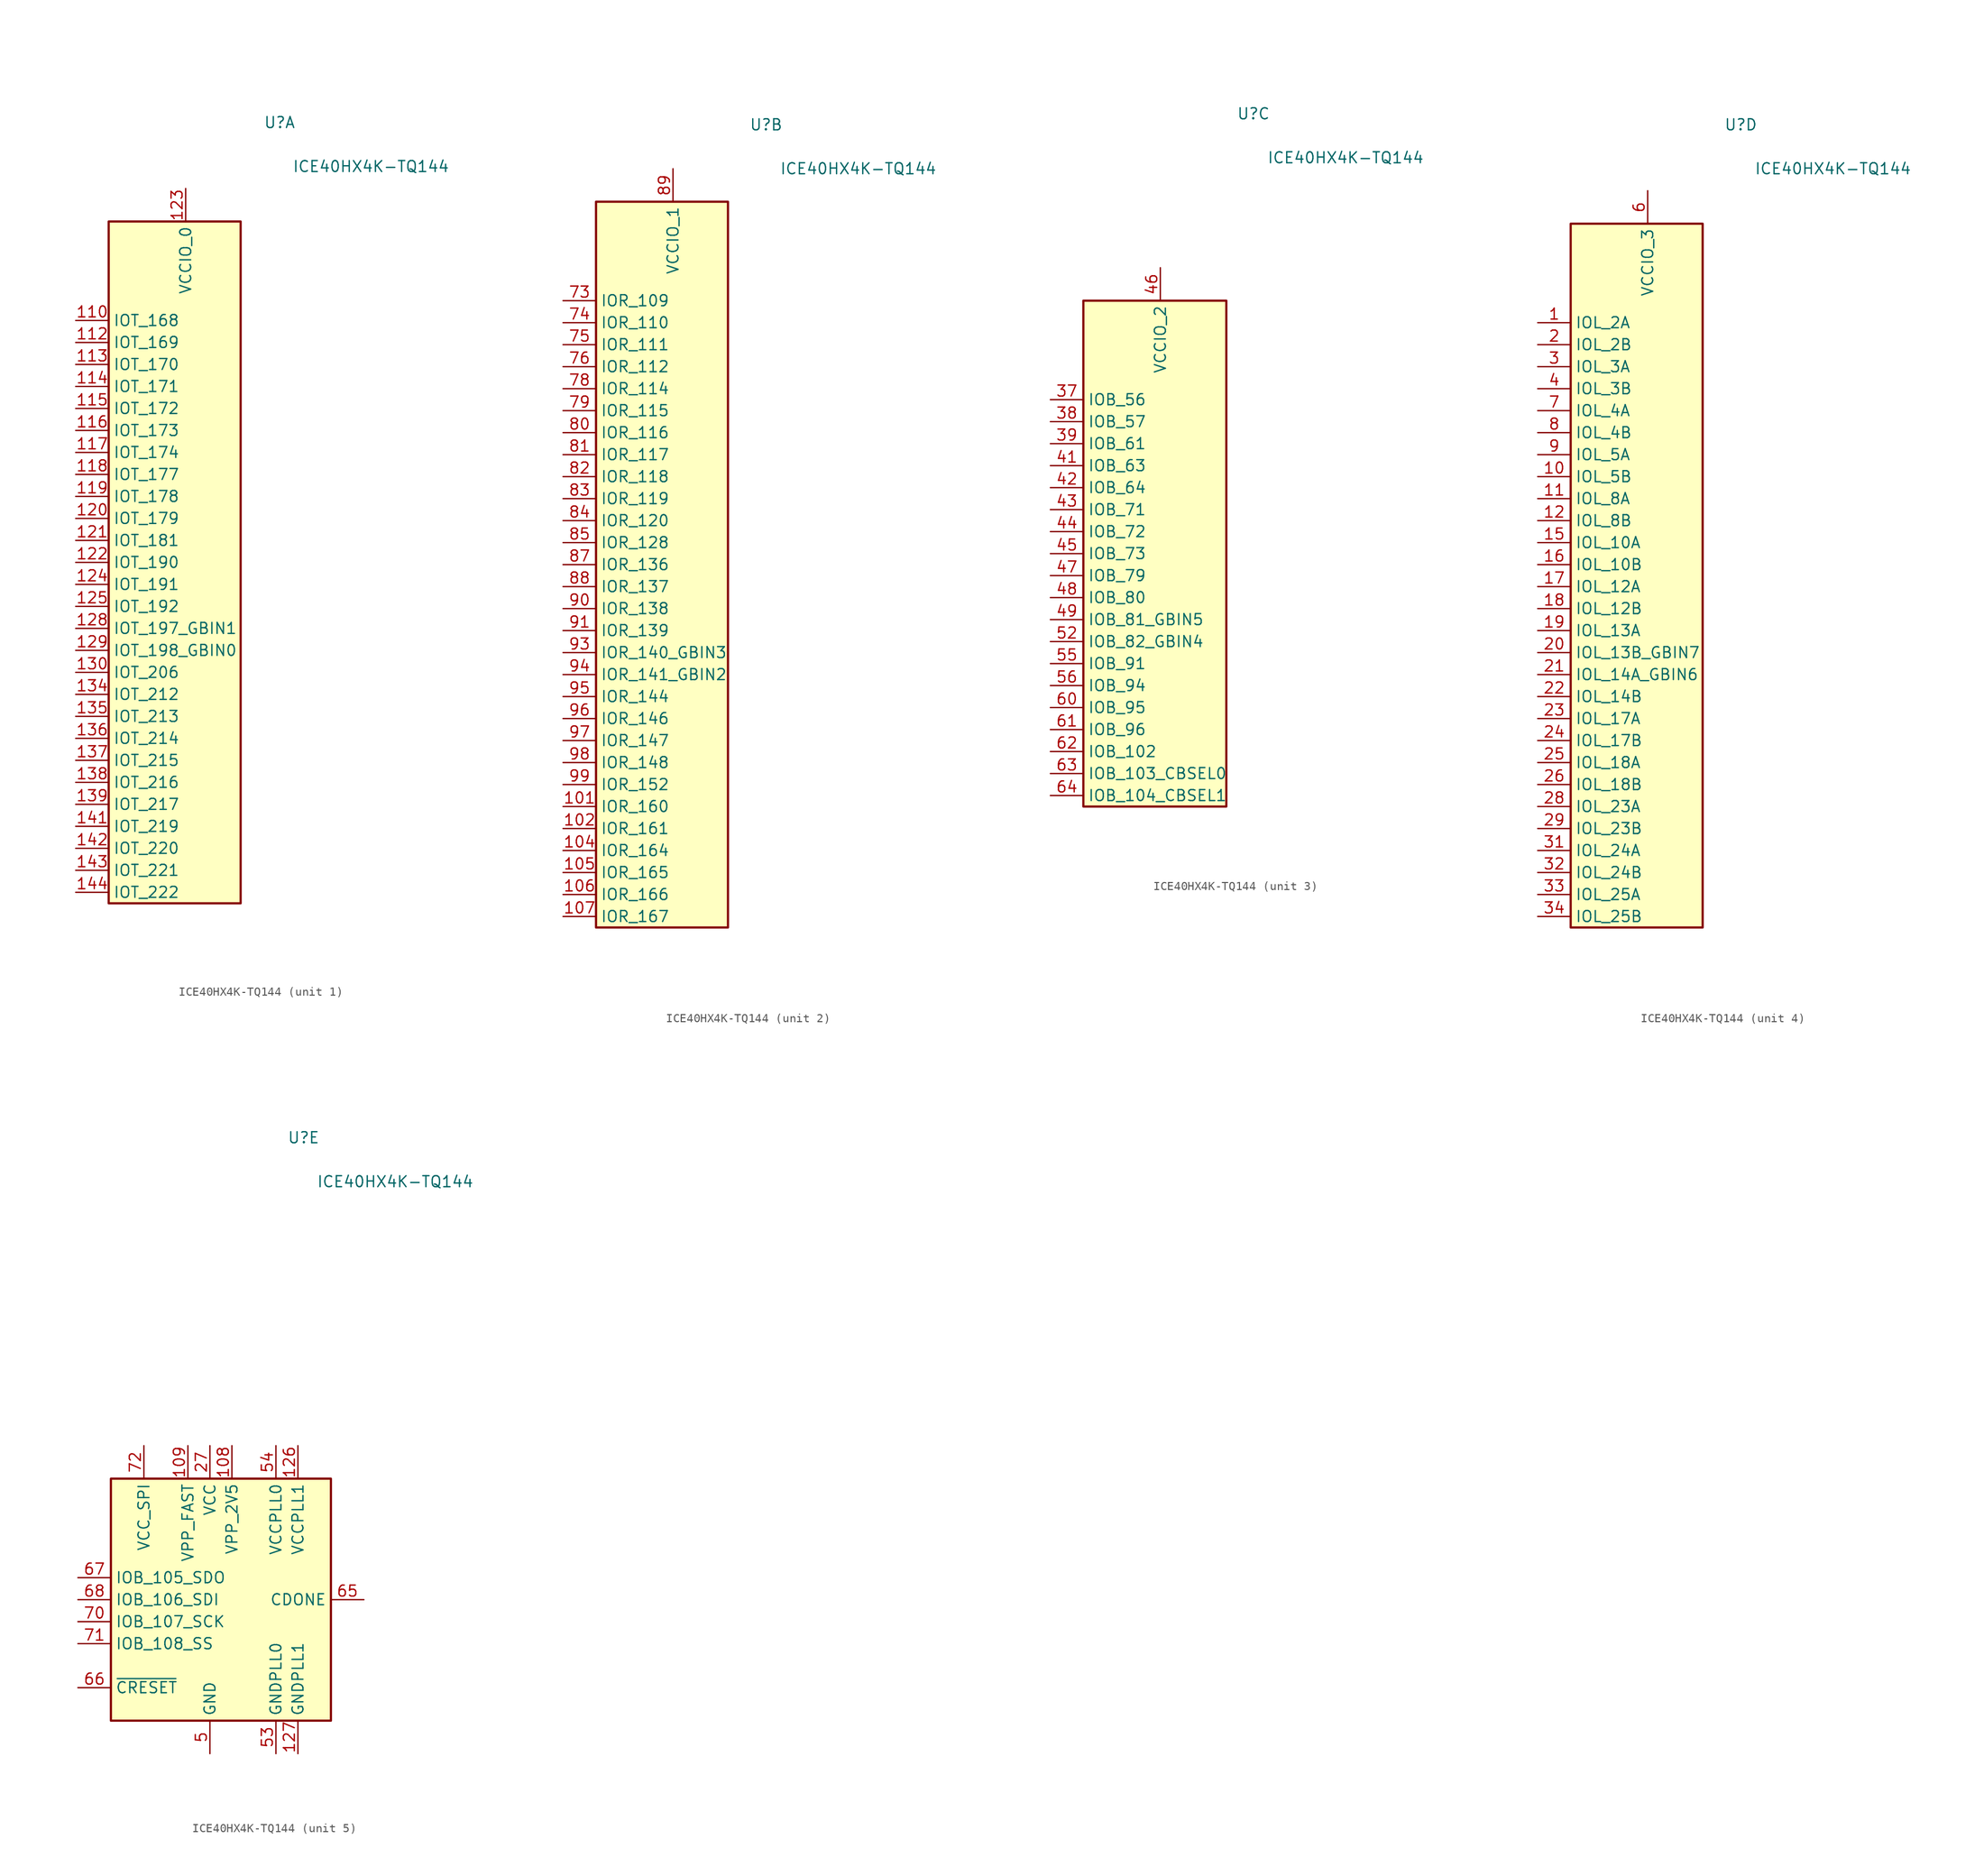
<source format=kicad_sym>
(kicad_symbol_lib
  (version 20241209)
  (generator "kicad_symbol_editor")
  (generator_version "9.0")
  (symbol "ICE40HX4K-TQ144"
    (property "Reference" "U"
      (at 12.7 53.34 0)
      (effects (font (size 1.27 1.27)) (justify right)))
    (property "Value" "ICE40HX4K-TQ144"
      (at 30.48 48.26 0)
      (effects (font (size 1.27 1.27)) (justify right)))
    (property "ki_locked" ""
      (at 0 0 0)
      (effects (font (size 1.27 1.27))))
    (symbol "ICE40HX4K-TQ144_1_1"
      (rectangle (start -8.89 41.91) (end 6.35 -36.83) (stroke (width 0.254) (type default)) (fill (type background)))
      (pin bidirectional line (at -12.7 30.48 0) (length 3.81) (name "IOT_168" (effects (font (size 1.27 1.27)))) (number "110" (effects (font (size 1.27 1.27)))))
      (pin bidirectional line (at -12.7 27.94 0) (length 3.81) (name "IOT_169" (effects (font (size 1.27 1.27)))) (number "112" (effects (font (size 1.27 1.27)))))
      (pin bidirectional line (at -12.7 25.4 0) (length 3.81) (name "IOT_170" (effects (font (size 1.27 1.27)))) (number "113" (effects (font (size 1.27 1.27)))))
      (pin bidirectional line (at -12.7 22.86 0) (length 3.81) (name "IOT_171" (effects (font (size 1.27 1.27)))) (number "114" (effects (font (size 1.27 1.27)))))
      (pin bidirectional line (at -12.7 20.32 0) (length 3.81) (name "IOT_172" (effects (font (size 1.27 1.27)))) (number "115" (effects (font (size 1.27 1.27)))))
      (pin bidirectional line (at -12.7 17.78 0) (length 3.81) (name "IOT_173" (effects (font (size 1.27 1.27)))) (number "116" (effects (font (size 1.27 1.27)))))
      (pin bidirectional line (at -12.7 15.24 0) (length 3.81) (name "IOT_174" (effects (font (size 1.27 1.27)))) (number "117" (effects (font (size 1.27 1.27)))))
      (pin bidirectional line (at -12.7 12.7 0) (length 3.81) (name "IOT_177" (effects (font (size 1.27 1.27)))) (number "118" (effects (font (size 1.27 1.27)))))
      (pin bidirectional line (at -12.7 10.16 0) (length 3.81) (name "IOT_178" (effects (font (size 1.27 1.27)))) (number "119" (effects (font (size 1.27 1.27)))))
      (pin bidirectional line (at -12.7 7.62 0) (length 3.81) (name "IOT_179" (effects (font (size 1.27 1.27)))) (number "120" (effects (font (size 1.27 1.27)))))
      (pin bidirectional line (at -12.7 5.08 0) (length 3.81) (name "IOT_181" (effects (font (size 1.27 1.27)))) (number "121" (effects (font (size 1.27 1.27)))))
      (pin bidirectional line (at -12.7 2.54 0) (length 3.81) (name "IOT_190" (effects (font (size 1.27 1.27)))) (number "122" (effects (font (size 1.27 1.27)))))
      (pin bidirectional line (at -12.7 0 0) (length 3.81) (name "IOT_191" (effects (font (size 1.27 1.27)))) (number "124" (effects (font (size 1.27 1.27)))))
      (pin bidirectional line (at -12.7 -2.54 0) (length 3.81) (name "IOT_192" (effects (font (size 1.27 1.27)))) (number "125" (effects (font (size 1.27 1.27)))))
      (pin bidirectional line (at -12.7 -5.08 0) (length 3.81) (name "IOT_197_GBIN1" (effects (font (size 1.27 1.27)))) (number "128" (effects (font (size 1.27 1.27)))))
      (pin bidirectional line (at -12.7 -7.62 0) (length 3.81) (name "IOT_198_GBIN0" (effects (font (size 1.27 1.27)))) (number "129" (effects (font (size 1.27 1.27)))))
      (pin bidirectional line (at -12.7 -10.16 0) (length 3.81) (name "IOT_206" (effects (font (size 1.27 1.27)))) (number "130" (effects (font (size 1.27 1.27)))))
      (pin bidirectional line (at -12.7 -12.7 0) (length 3.81) (name "IOT_212" (effects (font (size 1.27 1.27)))) (number "134" (effects (font (size 1.27 1.27)))))
      (pin bidirectional line (at -12.7 -15.24 0) (length 3.81) (name "IOT_213" (effects (font (size 1.27 1.27)))) (number "135" (effects (font (size 1.27 1.27)))))
      (pin bidirectional line (at -12.7 -17.78 0) (length 3.81) (name "IOT_214" (effects (font (size 1.27 1.27)))) (number "136" (effects (font (size 1.27 1.27)))))
      (pin bidirectional line (at -12.7 -20.32 0) (length 3.81) (name "IOT_215" (effects (font (size 1.27 1.27)))) (number "137" (effects (font (size 1.27 1.27)))))
      (pin bidirectional line (at -12.7 -22.86 0) (length 3.81) (name "IOT_216" (effects (font (size 1.27 1.27)))) (number "138" (effects (font (size 1.27 1.27)))))
      (pin bidirectional line (at -12.7 -25.4 0) (length 3.81) (name "IOT_217" (effects (font (size 1.27 1.27)))) (number "139" (effects (font (size 1.27 1.27)))))
      (pin bidirectional line (at -12.7 -27.94 0) (length 3.81) (name "IOT_219" (effects (font (size 1.27 1.27)))) (number "141" (effects (font (size 1.27 1.27)))))
      (pin bidirectional line (at -12.7 -30.48 0) (length 3.81) (name "IOT_220" (effects (font (size 1.27 1.27)))) (number "142" (effects (font (size 1.27 1.27)))))
      (pin bidirectional line (at -12.7 -33.02 0) (length 3.81) (name "IOT_221" (effects (font (size 1.27 1.27)))) (number "143" (effects (font (size 1.27 1.27)))))
      (pin bidirectional line (at -12.7 -35.56 0) (length 3.81) (name "IOT_222" (effects (font (size 1.27 1.27)))) (number "144" (effects (font (size 1.27 1.27)))))
      (pin power_in line (at 0 45.72 270) (length 3.81) (name "VCCIO_0" (effects (font (size 1.27 1.27)))) (number "123" (effects (font (size 1.27 1.27)))))
      (pin passive line (at 0 45.72 270) (length 3.81) (hide yes) (name "VCCIO_0" (effects (font (size 1.27 1.27)))) (number "131" (effects (font (size 1.27 1.27))))))
    (symbol "ICE40HX4K-TQ144_2_1"
      (rectangle (start -8.89 44.45) (end 6.35 -39.37) (stroke (width 0.254) (type default)) (fill (type background)))
      (pin bidirectional line (at -12.7 33.02 0) (length 3.81) (name "IOR_109" (effects (font (size 1.27 1.27)))) (number "73" (effects (font (size 1.27 1.27)))))
      (pin bidirectional line (at -12.7 30.48 0) (length 3.81) (name "IOR_110" (effects (font (size 1.27 1.27)))) (number "74" (effects (font (size 1.27 1.27)))))
      (pin bidirectional line (at -12.7 27.94 0) (length 3.81) (name "IOR_111" (effects (font (size 1.27 1.27)))) (number "75" (effects (font (size 1.27 1.27)))))
      (pin bidirectional line (at -12.7 25.4 0) (length 3.81) (name "IOR_112" (effects (font (size 1.27 1.27)))) (number "76" (effects (font (size 1.27 1.27)))))
      (pin bidirectional line (at -12.7 22.86 0) (length 3.81) (name "IOR_114" (effects (font (size 1.27 1.27)))) (number "78" (effects (font (size 1.27 1.27)))))
      (pin bidirectional line (at -12.7 20.32 0) (length 3.81) (name "IOR_115" (effects (font (size 1.27 1.27)))) (number "79" (effects (font (size 1.27 1.27)))))
      (pin bidirectional line (at -12.7 17.78 0) (length 3.81) (name "IOR_116" (effects (font (size 1.27 1.27)))) (number "80" (effects (font (size 1.27 1.27)))))
      (pin bidirectional line (at -12.7 15.24 0) (length 3.81) (name "IOR_117" (effects (font (size 1.27 1.27)))) (number "81" (effects (font (size 1.27 1.27)))))
      (pin bidirectional line (at -12.7 12.7 0) (length 3.81) (name "IOR_118" (effects (font (size 1.27 1.27)))) (number "82" (effects (font (size 1.27 1.27)))))
      (pin bidirectional line (at -12.7 10.16 0) (length 3.81) (name "IOR_119" (effects (font (size 1.27 1.27)))) (number "83" (effects (font (size 1.27 1.27)))))
      (pin bidirectional line (at -12.7 7.62 0) (length 3.81) (name "IOR_120" (effects (font (size 1.27 1.27)))) (number "84" (effects (font (size 1.27 1.27)))))
      (pin bidirectional line (at -12.7 5.08 0) (length 3.81) (name "IOR_128" (effects (font (size 1.27 1.27)))) (number "85" (effects (font (size 1.27 1.27)))))
      (pin bidirectional line (at -12.7 2.54 0) (length 3.81) (name "IOR_136" (effects (font (size 1.27 1.27)))) (number "87" (effects (font (size 1.27 1.27)))))
      (pin bidirectional line (at -12.7 0 0) (length 3.81) (name "IOR_137" (effects (font (size 1.27 1.27)))) (number "88" (effects (font (size 1.27 1.27)))))
      (pin bidirectional line (at -12.7 -2.54 0) (length 3.81) (name "IOR_138" (effects (font (size 1.27 1.27)))) (number "90" (effects (font (size 1.27 1.27)))))
      (pin bidirectional line (at -12.7 -5.08 0) (length 3.81) (name "IOR_139" (effects (font (size 1.27 1.27)))) (number "91" (effects (font (size 1.27 1.27)))))
      (pin bidirectional line (at -12.7 -7.62 0) (length 3.81) (name "IOR_140_GBIN3" (effects (font (size 1.27 1.27)))) (number "93" (effects (font (size 1.27 1.27)))))
      (pin bidirectional line (at -12.7 -10.16 0) (length 3.81) (name "IOR_141_GBIN2" (effects (font (size 1.27 1.27)))) (number "94" (effects (font (size 1.27 1.27)))))
      (pin bidirectional line (at -12.7 -12.7 0) (length 3.81) (name "IOR_144" (effects (font (size 1.27 1.27)))) (number "95" (effects (font (size 1.27 1.27)))))
      (pin bidirectional line (at -12.7 -15.24 0) (length 3.81) (name "IOR_146" (effects (font (size 1.27 1.27)))) (number "96" (effects (font (size 1.27 1.27)))))
      (pin bidirectional line (at -12.7 -17.78 0) (length 3.81) (name "IOR_147" (effects (font (size 1.27 1.27)))) (number "97" (effects (font (size 1.27 1.27)))))
      (pin bidirectional line (at -12.7 -20.32 0) (length 3.81) (name "IOR_148" (effects (font (size 1.27 1.27)))) (number "98" (effects (font (size 1.27 1.27)))))
      (pin bidirectional line (at -12.7 -22.86 0) (length 3.81) (name "IOR_152" (effects (font (size 1.27 1.27)))) (number "99" (effects (font (size 1.27 1.27)))))
      (pin bidirectional line (at -12.7 -25.4 0) (length 3.81) (name "IOR_160" (effects (font (size 1.27 1.27)))) (number "101" (effects (font (size 1.27 1.27)))))
      (pin bidirectional line (at -12.7 -27.94 0) (length 3.81) (name "IOR_161" (effects (font (size 1.27 1.27)))) (number "102" (effects (font (size 1.27 1.27)))))
      (pin bidirectional line (at -12.7 -30.48 0) (length 3.81) (name "IOR_164" (effects (font (size 1.27 1.27)))) (number "104" (effects (font (size 1.27 1.27)))))
      (pin bidirectional line (at -12.7 -33.02 0) (length 3.81) (name "IOR_165" (effects (font (size 1.27 1.27)))) (number "105" (effects (font (size 1.27 1.27)))))
      (pin bidirectional line (at -12.7 -35.56 0) (length 3.81) (name "IOR_166" (effects (font (size 1.27 1.27)))) (number "106" (effects (font (size 1.27 1.27)))))
      (pin bidirectional line (at -12.7 -38.1 0) (length 3.81) (name "IOR_167" (effects (font (size 1.27 1.27)))) (number "107" (effects (font (size 1.27 1.27)))))
      (pin passive line (at 0 48.26 270) (length 3.81) (hide yes) (name "VCCIO_1" (effects (font (size 1.27 1.27)))) (number "100" (effects (font (size 1.27 1.27)))))
      (pin power_in line (at 0 48.26 270) (length 3.81) (name "VCCIO_1" (effects (font (size 1.27 1.27)))) (number "89" (effects (font (size 1.27 1.27))))))
    (symbol "ICE40HX4K-TQ144_3_1"
      (rectangle (start -8.89 31.75) (end 7.62 -26.67) (stroke (width 0.254) (type default)) (fill (type background)))
      (pin bidirectional line (at -12.7 20.32 0) (length 3.81) (name "IOB_56" (effects (font (size 1.27 1.27)))) (number "37" (effects (font (size 1.27 1.27)))))
      (pin bidirectional line (at -12.7 17.78 0) (length 3.81) (name "IOB_57" (effects (font (size 1.27 1.27)))) (number "38" (effects (font (size 1.27 1.27)))))
      (pin bidirectional line (at -12.7 15.24 0) (length 3.81) (name "IOB_61" (effects (font (size 1.27 1.27)))) (number "39" (effects (font (size 1.27 1.27)))))
      (pin bidirectional line (at -12.7 12.7 0) (length 3.81) (name "IOB_63" (effects (font (size 1.27 1.27)))) (number "41" (effects (font (size 1.27 1.27)))))
      (pin bidirectional line (at -12.7 10.16 0) (length 3.81) (name "IOB_64" (effects (font (size 1.27 1.27)))) (number "42" (effects (font (size 1.27 1.27)))))
      (pin bidirectional line (at -12.7 7.62 0) (length 3.81) (name "IOB_71" (effects (font (size 1.27 1.27)))) (number "43" (effects (font (size 1.27 1.27)))))
      (pin bidirectional line (at -12.7 5.08 0) (length 3.81) (name "IOB_72" (effects (font (size 1.27 1.27)))) (number "44" (effects (font (size 1.27 1.27)))))
      (pin bidirectional line (at -12.7 2.54 0) (length 3.81) (name "IOB_73" (effects (font (size 1.27 1.27)))) (number "45" (effects (font (size 1.27 1.27)))))
      (pin bidirectional line (at -12.7 0 0) (length 3.81) (name "IOB_79" (effects (font (size 1.27 1.27)))) (number "47" (effects (font (size 1.27 1.27)))))
      (pin bidirectional line (at -12.7 -2.54 0) (length 3.81) (name "IOB_80" (effects (font (size 1.27 1.27)))) (number "48" (effects (font (size 1.27 1.27)))))
      (pin bidirectional line (at -12.7 -5.08 0) (length 3.81) (name "IOB_81_GBIN5" (effects (font (size 1.27 1.27)))) (number "49" (effects (font (size 1.27 1.27)))))
      (pin bidirectional line (at -12.7 -7.62 0) (length 3.81) (name "IOB_82_GBIN4" (effects (font (size 1.27 1.27)))) (number "52" (effects (font (size 1.27 1.27)))))
      (pin bidirectional line (at -12.7 -10.16 0) (length 3.81) (name "IOB_91" (effects (font (size 1.27 1.27)))) (number "55" (effects (font (size 1.27 1.27)))))
      (pin bidirectional line (at -12.7 -12.7 0) (length 3.81) (name "IOB_94" (effects (font (size 1.27 1.27)))) (number "56" (effects (font (size 1.27 1.27)))))
      (pin bidirectional line (at -12.7 -15.24 0) (length 3.81) (name "IOB_95" (effects (font (size 1.27 1.27)))) (number "60" (effects (font (size 1.27 1.27)))))
      (pin bidirectional line (at -12.7 -17.78 0) (length 3.81) (name "IOB_96" (effects (font (size 1.27 1.27)))) (number "61" (effects (font (size 1.27 1.27)))))
      (pin bidirectional line (at -12.7 -20.32 0) (length 3.81) (name "IOB_102" (effects (font (size 1.27 1.27)))) (number "62" (effects (font (size 1.27 1.27)))))
      (pin bidirectional line (at -12.7 -22.86 0) (length 3.81) (name "IOB_103_CBSEL0" (effects (font (size 1.27 1.27)))) (number "63" (effects (font (size 1.27 1.27)))))
      (pin bidirectional line (at -12.7 -25.4 0) (length 3.81) (name "IOB_104_CBSEL1" (effects (font (size 1.27 1.27)))) (number "64" (effects (font (size 1.27 1.27)))))
      (pin power_in line (at 0 35.56 270) (length 3.81) (name "VCCIO_2" (effects (font (size 1.27 1.27)))) (number "46" (effects (font (size 1.27 1.27)))))
      (pin passive line (at 0 35.56 270) (length 3.81) (hide yes) (name "VCCIO_2" (effects (font (size 1.27 1.27)))) (number "57" (effects (font (size 1.27 1.27))))))
    (symbol "ICE40HX4K-TQ144_4_1"
      (rectangle (start -8.89 41.91) (end 6.35 -39.37) (stroke (width 0.254) (type default)) (fill (type background)))
      (pin bidirectional line (at -12.7 30.48 0) (length 3.81) (name "IOL_2A" (effects (font (size 1.27 1.27)))) (number "1" (effects (font (size 1.27 1.27)))))
      (pin bidirectional line (at -12.7 27.94 0) (length 3.81) (name "IOL_2B" (effects (font (size 1.27 1.27)))) (number "2" (effects (font (size 1.27 1.27)))))
      (pin bidirectional line (at -12.7 25.4 0) (length 3.81) (name "IOL_3A" (effects (font (size 1.27 1.27)))) (number "3" (effects (font (size 1.27 1.27)))))
      (pin bidirectional line (at -12.7 22.86 0) (length 3.81) (name "IOL_3B" (effects (font (size 1.27 1.27)))) (number "4" (effects (font (size 1.27 1.27)))))
      (pin bidirectional line (at -12.7 20.32 0) (length 3.81) (name "IOL_4A" (effects (font (size 1.27 1.27)))) (number "7" (effects (font (size 1.27 1.27)))))
      (pin bidirectional line (at -12.7 17.78 0) (length 3.81) (name "IOL_4B" (effects (font (size 1.27 1.27)))) (number "8" (effects (font (size 1.27 1.27)))))
      (pin bidirectional line (at -12.7 15.24 0) (length 3.81) (name "IOL_5A" (effects (font (size 1.27 1.27)))) (number "9" (effects (font (size 1.27 1.27)))))
      (pin bidirectional line (at -12.7 12.7 0) (length 3.81) (name "IOL_5B" (effects (font (size 1.27 1.27)))) (number "10" (effects (font (size 1.27 1.27)))))
      (pin bidirectional line (at -12.7 10.16 0) (length 3.81) (name "IOL_8A" (effects (font (size 1.27 1.27)))) (number "11" (effects (font (size 1.27 1.27)))))
      (pin bidirectional line (at -12.7 7.62 0) (length 3.81) (name "IOL_8B" (effects (font (size 1.27 1.27)))) (number "12" (effects (font (size 1.27 1.27)))))
      (pin bidirectional line (at -12.7 5.08 0) (length 3.81) (name "IOL_10A" (effects (font (size 1.27 1.27)))) (number "15" (effects (font (size 1.27 1.27)))))
      (pin bidirectional line (at -12.7 2.54 0) (length 3.81) (name "IOL_10B" (effects (font (size 1.27 1.27)))) (number "16" (effects (font (size 1.27 1.27)))))
      (pin bidirectional line (at -12.7 0 0) (length 3.81) (name "IOL_12A" (effects (font (size 1.27 1.27)))) (number "17" (effects (font (size 1.27 1.27)))))
      (pin bidirectional line (at -12.7 -2.54 0) (length 3.81) (name "IOL_12B" (effects (font (size 1.27 1.27)))) (number "18" (effects (font (size 1.27 1.27)))))
      (pin bidirectional line (at -12.7 -5.08 0) (length 3.81) (name "IOL_13A" (effects (font (size 1.27 1.27)))) (number "19" (effects (font (size 1.27 1.27)))))
      (pin bidirectional line (at -12.7 -7.62 0) (length 3.81) (name "IOL_13B_GBIN7" (effects (font (size 1.27 1.27)))) (number "20" (effects (font (size 1.27 1.27)))))
      (pin bidirectional line (at -12.7 -10.16 0) (length 3.81) (name "IOL_14A_GBIN6" (effects (font (size 1.27 1.27)))) (number "21" (effects (font (size 1.27 1.27)))))
      (pin bidirectional line (at -12.7 -12.7 0) (length 3.81) (name "IOL_14B" (effects (font (size 1.27 1.27)))) (number "22" (effects (font (size 1.27 1.27)))))
      (pin bidirectional line (at -12.7 -15.24 0) (length 3.81) (name "IOL_17A" (effects (font (size 1.27 1.27)))) (number "23" (effects (font (size 1.27 1.27)))))
      (pin bidirectional line (at -12.7 -17.78 0) (length 3.81) (name "IOL_17B" (effects (font (size 1.27 1.27)))) (number "24" (effects (font (size 1.27 1.27)))))
      (pin bidirectional line (at -12.7 -20.32 0) (length 3.81) (name "IOL_18A" (effects (font (size 1.27 1.27)))) (number "25" (effects (font (size 1.27 1.27)))))
      (pin bidirectional line (at -12.7 -22.86 0) (length 3.81) (name "IOL_18B" (effects (font (size 1.27 1.27)))) (number "26" (effects (font (size 1.27 1.27)))))
      (pin bidirectional line (at -12.7 -25.4 0) (length 3.81) (name "IOL_23A" (effects (font (size 1.27 1.27)))) (number "28" (effects (font (size 1.27 1.27)))))
      (pin bidirectional line (at -12.7 -27.94 0) (length 3.81) (name "IOL_23B" (effects (font (size 1.27 1.27)))) (number "29" (effects (font (size 1.27 1.27)))))
      (pin bidirectional line (at -12.7 -30.48 0) (length 3.81) (name "IOL_24A" (effects (font (size 1.27 1.27)))) (number "31" (effects (font (size 1.27 1.27)))))
      (pin bidirectional line (at -12.7 -33.02 0) (length 3.81) (name "IOL_24B" (effects (font (size 1.27 1.27)))) (number "32" (effects (font (size 1.27 1.27)))))
      (pin bidirectional line (at -12.7 -35.56 0) (length 3.81) (name "IOL_25A" (effects (font (size 1.27 1.27)))) (number "33" (effects (font (size 1.27 1.27)))))
      (pin bidirectional line (at -12.7 -38.1 0) (length 3.81) (name "IOL_25B" (effects (font (size 1.27 1.27)))) (number "34" (effects (font (size 1.27 1.27)))))
      (pin passive line (at 0 45.72 270) (length 3.81) (hide yes) (name "VCCIO_3" (effects (font (size 1.27 1.27)))) (number "30" (effects (font (size 1.27 1.27)))))
      (pin power_in line (at 0 45.72 270) (length 3.81) (name "VCCIO_3" (effects (font (size 1.27 1.27)))) (number "6" (effects (font (size 1.27 1.27))))))
    (symbol "ICE40HX4K-TQ144_5_1"
      (rectangle (start -11.43 13.97) (end 13.97 -13.97) (stroke (width 0.254) (type default)) (fill (type background)))
      (pin bidirectional line (at -15.24 2.54 0) (length 3.81) (name "IOB_105_SDO" (effects (font (size 1.27 1.27)))) (number "67" (effects (font (size 1.27 1.27)))))
      (pin bidirectional line (at -15.24 0 0) (length 3.81) (name "IOB_106_SDI" (effects (font (size 1.27 1.27)))) (number "68" (effects (font (size 1.27 1.27)))))
      (pin bidirectional line (at -15.24 -2.54 0) (length 3.81) (name "IOB_107_SCK" (effects (font (size 1.27 1.27)))) (number "70" (effects (font (size 1.27 1.27)))))
      (pin bidirectional line (at -15.24 -5.08 0) (length 3.81) (name "IOB_108_SS" (effects (font (size 1.27 1.27)))) (number "71" (effects (font (size 1.27 1.27)))))
      (pin input line (at -15.24 -10.16 0) (length 3.81) (name "~{CRESET}" (effects (font (size 1.27 1.27)))) (number "66" (effects (font (size 1.27 1.27)))))
      (pin power_in line (at -7.62 17.78 270) (length 3.81) (name "VCC_SPI" (effects (font (size 1.27 1.27)))) (number "72" (effects (font (size 1.27 1.27)))))
      (pin power_in line (at -2.54 17.78 270) (length 3.81) (name "VPP_FAST" (effects (font (size 1.27 1.27)))) (number "109" (effects (font (size 1.27 1.27)))))
      (pin passive line (at 0 17.78 270) (length 3.81) (hide yes) (name "VCC" (effects (font (size 1.27 1.27)))) (number "111" (effects (font (size 1.27 1.27)))))
      (pin power_in line (at 0 17.78 270) (length 3.81) (name "VCC" (effects (font (size 1.27 1.27)))) (number "27" (effects (font (size 1.27 1.27)))))
      (pin passive line (at 0 17.78 270) (length 3.81) (hide yes) (name "VCC" (effects (font (size 1.27 1.27)))) (number "40" (effects (font (size 1.27 1.27)))))
      (pin passive line (at 0 17.78 270) (length 3.81) (hide yes) (name "VCC" (effects (font (size 1.27 1.27)))) (number "92" (effects (font (size 1.27 1.27)))))
      (pin passive line (at 0 -17.78 90) (length 3.81) (hide yes) (name "GND" (effects (font (size 1.27 1.27)))) (number "103" (effects (font (size 1.27 1.27)))))
      (pin passive line (at 0 -17.78 90) (length 3.81) (hide yes) (name "GND" (effects (font (size 1.27 1.27)))) (number "13" (effects (font (size 1.27 1.27)))))
      (pin passive line (at 0 -17.78 90) (length 3.81) (hide yes) (name "GND" (effects (font (size 1.27 1.27)))) (number "132" (effects (font (size 1.27 1.27)))))
      (pin passive line (at 0 -17.78 90) (length 3.81) (hide yes) (name "GND" (effects (font (size 1.27 1.27)))) (number "14" (effects (font (size 1.27 1.27)))))
      (pin passive line (at 0 -17.78 90) (length 3.81) (hide yes) (name "GND" (effects (font (size 1.27 1.27)))) (number "140" (effects (font (size 1.27 1.27)))))
      (pin power_in line (at 0 -17.78 90) (length 3.81) (name "GND" (effects (font (size 1.27 1.27)))) (number "5" (effects (font (size 1.27 1.27)))))
      (pin passive line (at 0 -17.78 90) (length 3.81) (hide yes) (name "GND" (effects (font (size 1.27 1.27)))) (number "59" (effects (font (size 1.27 1.27)))))
      (pin passive line (at 0 -17.78 90) (length 3.81) (hide yes) (name "GND" (effects (font (size 1.27 1.27)))) (number "69" (effects (font (size 1.27 1.27)))))
      (pin passive line (at 0 -17.78 90) (length 3.81) (hide yes) (name "GND" (effects (font (size 1.27 1.27)))) (number "86" (effects (font (size 1.27 1.27)))))
      (pin power_in line (at 2.54 17.78 270) (length 3.81) (name "VPP_2V5" (effects (font (size 1.27 1.27)))) (number "108" (effects (font (size 1.27 1.27)))))
      (pin power_in line (at 7.62 17.78 270) (length 3.81) (name "VCCPLL0" (effects (font (size 1.27 1.27)))) (number "54" (effects (font (size 1.27 1.27)))))
      (pin power_in line (at 7.62 -17.78 90) (length 3.81) (name "GNDPLL0" (effects (font (size 1.27 1.27)))) (number "53" (effects (font (size 1.27 1.27)))))
      (pin power_in line (at 10.16 17.78 270) (length 3.81) (name "VCCPLL1" (effects (font (size 1.27 1.27)))) (number "126" (effects (font (size 1.27 1.27)))))
      (pin power_in line (at 10.16 -17.78 90) (length 3.81) (name "GNDPLL1" (effects (font (size 1.27 1.27)))) (number "127" (effects (font (size 1.27 1.27)))))
      (pin no_connect line (at 12.7 7.62 180) (length 3.81) (hide yes) (name "NC" (effects (font (size 1.27 1.27)))) (number "77" (effects (font (size 1.27 1.27)))))
      (pin no_connect line (at 12.7 5.08 180) (length 3.81) (hide yes) (name "NC" (effects (font (size 1.27 1.27)))) (number "35" (effects (font (size 1.27 1.27)))))
      (pin no_connect line (at 12.7 2.54 180) (length 3.81) (hide yes) (name "NC" (effects (font (size 1.27 1.27)))) (number "36" (effects (font (size 1.27 1.27)))))
      (pin no_connect line (at 12.7 -2.54 180) (length 3.81) (hide yes) (name "NC" (effects (font (size 1.27 1.27)))) (number "50" (effects (font (size 1.27 1.27)))))
      (pin no_connect line (at 12.7 -5.08 180) (length 3.81) (hide yes) (name "NC" (effects (font (size 1.27 1.27)))) (number "51" (effects (font (size 1.27 1.27)))))
      (pin no_connect line (at 12.7 -7.62 180) (length 3.81) (hide yes) (name "NC" (effects (font (size 1.27 1.27)))) (number "58" (effects (font (size 1.27 1.27)))))
      (pin no_connect line (at 12.7 -10.16 180) (length 3.81) (hide yes) (name "NC" (effects (font (size 1.27 1.27)))) (number "133" (effects (font (size 1.27 1.27)))))
      (pin open_collector line (at 17.78 0 180) (length 3.81) (name "CDONE" (effects (font (size 1.27 1.27)))) (number "65" (effects (font (size 1.27 1.27))))))))
</source>
